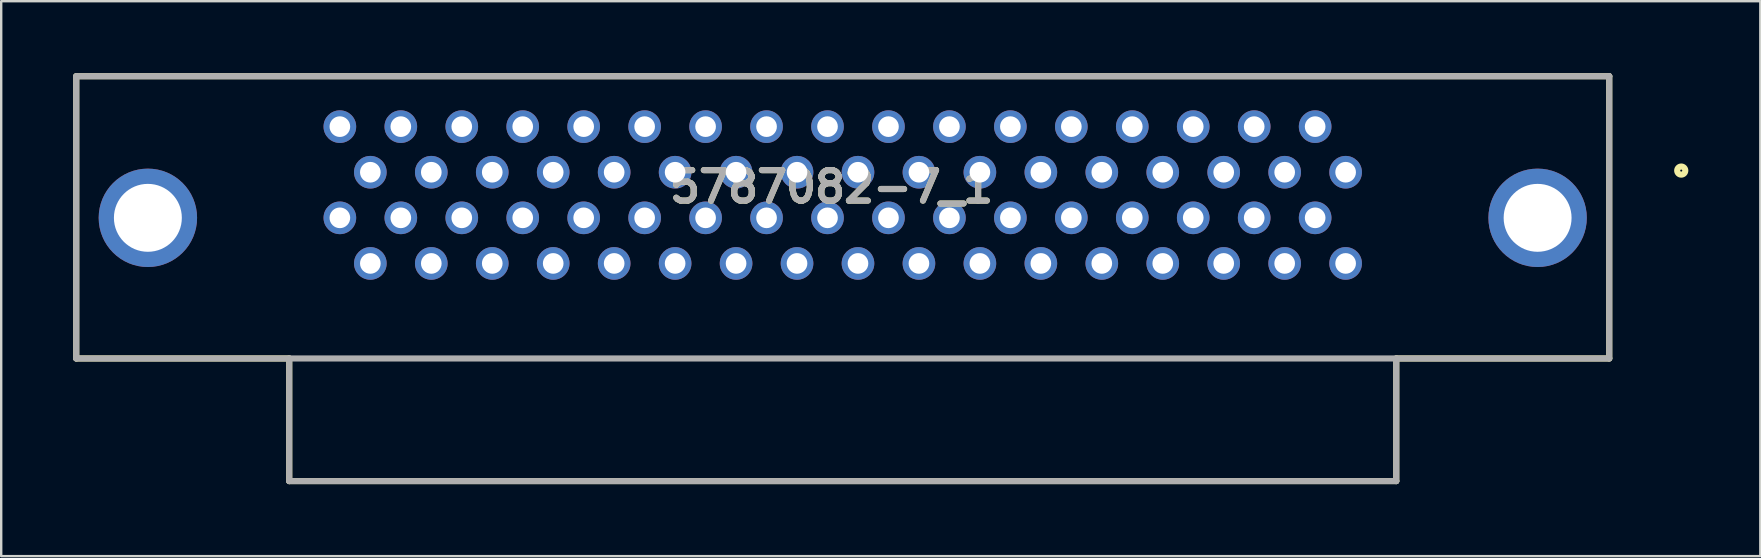
<source format=kicad_pcb>
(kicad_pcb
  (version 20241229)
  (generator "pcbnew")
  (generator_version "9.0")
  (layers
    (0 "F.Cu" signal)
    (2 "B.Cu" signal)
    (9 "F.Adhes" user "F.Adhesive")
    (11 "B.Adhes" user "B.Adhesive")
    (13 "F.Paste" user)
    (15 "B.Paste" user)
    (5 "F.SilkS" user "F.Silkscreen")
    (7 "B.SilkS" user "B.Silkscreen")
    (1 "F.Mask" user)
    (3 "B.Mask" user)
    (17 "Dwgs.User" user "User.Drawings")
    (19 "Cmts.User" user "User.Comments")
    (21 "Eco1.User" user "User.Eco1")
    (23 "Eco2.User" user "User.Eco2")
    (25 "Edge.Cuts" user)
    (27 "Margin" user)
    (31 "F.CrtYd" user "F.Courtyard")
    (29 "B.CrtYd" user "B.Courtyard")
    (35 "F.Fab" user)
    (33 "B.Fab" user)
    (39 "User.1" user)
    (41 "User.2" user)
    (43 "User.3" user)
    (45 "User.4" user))
  (footprint "5787082-7_1"
    (layer "F.Cu")
    (at 32.067 6.027)
    (property "Reference" "5787082-7_1" (at -0.467 -1.292 0) (layer "F.SilkS") (effects (font (size 1.27 1.27) (thickness 0.254))))
    (attr through_hole)
    (fp_line (start -31.94 -5.9) (end -31.94 5.86) (stroke (width 0.254) (type solid)) (layer "F.SilkS"))
    (fp_line (start -31.94 5.86) (end -23.065 5.86) (stroke (width 0.254) (type solid)) (layer "F.SilkS"))
    (fp_line (start -23.065 5.86) (end -23.065 10.97) (stroke (width 0.254) (type solid)) (layer "F.SilkS"))
    (fp_line (start -23.065 10.97) (end 23.065 10.97) (stroke (width 0.254) (type solid)) (layer "F.SilkS"))
    (fp_line (start 23.065 5.86) (end 31.94 5.86) (stroke (width 0.254) (type solid)) (layer "F.SilkS"))
    (fp_line (start 23.065 10.97) (end 23.065 5.86) (stroke (width 0.254) (type solid)) (layer "F.SilkS"))
    (fp_line (start 31.94 -5.9) (end -31.94 -5.9) (stroke (width 0.254) (type solid)) (layer "F.SilkS"))
    (fp_line (start 31.94 5.86) (end 31.94 -5.9) (stroke (width 0.254) (type solid)) (layer "F.SilkS"))
    (fp_circle (center 34.94 -1.969) (end 34.94 -1.8) (stroke (width 0.254) (type solid)) (fill no) (layer "F.SilkS"))
    (fp_line (start -31.94 -5.9) (end 31.94 -5.9) (stroke (width 0.254) (type solid)) (layer "F.Fab"))
    (fp_line (start -31.94 5.86) (end -31.94 -5.9) (stroke (width 0.254) (type solid)) (layer "F.Fab"))
    (fp_line (start -23.065 5.86) (end -23.065 10.97) (stroke (width 0.254) (type solid)) (layer "F.Fab"))
    (fp_line (start -23.065 10.97) (end 23.065 10.97) (stroke (width 0.254) (type solid)) (layer "F.Fab"))
    (fp_line (start 23.065 10.97) (end 23.065 5.86) (stroke (width 0.254) (type solid)) (layer "F.Fab"))
    (fp_line (start 31.94 -5.9) (end 31.94 5.86) (stroke (width 0.254) (type solid)) (layer "F.Fab"))
    (fp_line (start 31.94 5.86) (end -31.94 5.86) (stroke (width 0.254) (type solid)) (layer "F.Fab"))
    (fp_text user "${REFERENCE}" (at -0.467 -1.292 0) (layer "F.Fab") (effects (font (size 1.27 1.27) (thickness 0.254))))
    (pad "1" thru_hole circle (at 20.955 -1.9) (size 1.36 1.36) (drill 0.86) (layers "*.Cu" "*.Mask"))
    (pad "2" thru_hole circle (at 19.685 -3.8) (size 1.36 1.36) (drill 0.86) (layers "*.Cu" "*.Mask"))
    (pad "3" thru_hole circle (at 18.415 -1.9) (size 1.36 1.36) (drill 0.86) (layers "*.Cu" "*.Mask"))
    (pad "4" thru_hole circle (at 17.145 -3.8) (size 1.36 1.36) (drill 0.86) (layers "*.Cu" "*.Mask"))
    (pad "5" thru_hole circle (at 15.875 -1.9) (size 1.36 1.36) (drill 0.86) (layers "*.Cu" "*.Mask"))
    (pad "6" thru_hole circle (at 14.605 -3.8) (size 1.36 1.36) (drill 0.86) (layers "*.Cu" "*.Mask"))
    (pad "7" thru_hole circle (at 13.335 -1.9) (size 1.36 1.36) (drill 0.86) (layers "*.Cu" "*.Mask"))
    (pad "8" thru_hole circle (at 12.065 -3.8) (size 1.36 1.36) (drill 0.86) (layers "*.Cu" "*.Mask"))
    (pad "9" thru_hole circle (at 10.795 -1.9) (size 1.36 1.36) (drill 0.86) (layers "*.Cu" "*.Mask"))
    (pad "10" thru_hole circle (at 9.525 -3.8) (size 1.36 1.36) (drill 0.86) (layers "*.Cu" "*.Mask"))
    (pad "11" thru_hole circle (at 8.255 -1.9) (size 1.36 1.36) (drill 0.86) (layers "*.Cu" "*.Mask"))
    (pad "12" thru_hole circle (at 6.985 -3.8) (size 1.36 1.36) (drill 0.86) (layers "*.Cu" "*.Mask"))
    (pad "13" thru_hole circle (at 5.715 -1.9) (size 1.36 1.36) (drill 0.86) (layers "*.Cu" "*.Mask"))
    (pad "14" thru_hole circle (at 4.445 -3.8) (size 1.36 1.36) (drill 0.86) (layers "*.Cu" "*.Mask"))
    (pad "15" thru_hole circle (at 3.175 -1.9) (size 1.36 1.36) (drill 0.86) (layers "*.Cu" "*.Mask"))
    (pad "16" thru_hole circle (at 1.905 -3.8) (size 1.36 1.36) (drill 0.86) (layers "*.Cu" "*.Mask"))
    (pad "17" thru_hole circle (at 0.635 -1.9) (size 1.36 1.36) (drill 0.86) (layers "*.Cu" "*.Mask"))
    (pad "18" thru_hole circle (at -0.635 -3.8) (size 1.36 1.36) (drill 0.86) (layers "*.Cu" "*.Mask"))
    (pad "19" thru_hole circle (at -1.905 -1.9) (size 1.36 1.36) (drill 0.86) (layers "*.Cu" "*.Mask"))
    (pad "20" thru_hole circle (at -3.175 -3.8) (size 1.36 1.36) (drill 0.86) (layers "*.Cu" "*.Mask"))
    (pad "21" thru_hole circle (at -4.445 -1.9) (size 1.36 1.36) (drill 0.86) (layers "*.Cu" "*.Mask"))
    (pad "22" thru_hole circle (at -5.715 -3.8) (size 1.36 1.36) (drill 0.86) (layers "*.Cu" "*.Mask"))
    (pad "23" thru_hole circle (at -6.985 -1.9) (size 1.36 1.36) (drill 0.86) (layers "*.Cu" "*.Mask"))
    (pad "24" thru_hole circle (at -8.255 -3.8) (size 1.36 1.36) (drill 0.86) (layers "*.Cu" "*.Mask"))
    (pad "25" thru_hole circle (at -9.525 -1.9) (size 1.36 1.36) (drill 0.86) (layers "*.Cu" "*.Mask"))
    (pad "26" thru_hole circle (at -10.795 -3.8) (size 1.36 1.36) (drill 0.86) (layers "*.Cu" "*.Mask"))
    (pad "27" thru_hole circle (at -12.065 -1.9) (size 1.36 1.36) (drill 0.86) (layers "*.Cu" "*.Mask"))
    (pad "28" thru_hole circle (at -13.335 -3.8) (size 1.36 1.36) (drill 0.86) (layers "*.Cu" "*.Mask"))
    (pad "29" thru_hole circle (at -14.605 -1.9) (size 1.36 1.36) (drill 0.86) (layers "*.Cu" "*.Mask"))
    (pad "30" thru_hole circle (at -15.875 -3.8) (size 1.36 1.36) (drill 0.86) (layers "*.Cu" "*.Mask"))
    (pad "31" thru_hole circle (at -17.145 -1.9) (size 1.36 1.36) (drill 0.86) (layers "*.Cu" "*.Mask"))
    (pad "32" thru_hole circle (at -18.415 -3.8) (size 1.36 1.36) (drill 0.86) (layers "*.Cu" "*.Mask"))
    (pad "33" thru_hole circle (at -19.685 -1.9) (size 1.36 1.36) (drill 0.86) (layers "*.Cu" "*.Mask"))
    (pad "34" thru_hole circle (at -20.955 -3.8) (size 1.36 1.36) (drill 0.86) (layers "*.Cu" "*.Mask"))
    (pad "35" thru_hole circle (at 20.955 1.9) (size 1.36 1.36) (drill 0.86) (layers "*.Cu" "*.Mask"))
    (pad "36" thru_hole circle (at 19.685 0) (size 1.36 1.36) (drill 0.86) (layers "*.Cu" "*.Mask"))
    (pad "37" thru_hole circle (at 18.415 1.9) (size 1.36 1.36) (drill 0.86) (layers "*.Cu" "*.Mask"))
    (pad "38" thru_hole circle (at 17.145 0) (size 1.36 1.36) (drill 0.86) (layers "*.Cu" "*.Mask"))
    (pad "39" thru_hole circle (at 15.875 1.9) (size 1.36 1.36) (drill 0.86) (layers "*.Cu" "*.Mask"))
    (pad "40" thru_hole circle (at 14.605 0) (size 1.36 1.36) (drill 0.86) (layers "*.Cu" "*.Mask"))
    (pad "41" thru_hole circle (at 13.335 1.9) (size 1.36 1.36) (drill 0.86) (layers "*.Cu" "*.Mask"))
    (pad "42" thru_hole circle (at 12.065 0) (size 1.36 1.36) (drill 0.86) (layers "*.Cu" "*.Mask"))
    (pad "43" thru_hole circle (at 10.795 1.9) (size 1.36 1.36) (drill 0.86) (layers "*.Cu" "*.Mask"))
    (pad "44" thru_hole circle (at 9.525 0) (size 1.36 1.36) (drill 0.86) (layers "*.Cu" "*.Mask"))
    (pad "45" thru_hole circle (at 8.255 1.9) (size 1.36 1.36) (drill 0.86) (layers "*.Cu" "*.Mask"))
    (pad "46" thru_hole circle (at 6.985 0) (size 1.36 1.36) (drill 0.86) (layers "*.Cu" "*.Mask"))
    (pad "47" thru_hole circle (at 5.715 1.9) (size 1.36 1.36) (drill 0.86) (layers "*.Cu" "*.Mask"))
    (pad "48" thru_hole circle (at 4.445 0) (size 1.36 1.36) (drill 0.86) (layers "*.Cu" "*.Mask"))
    (pad "49" thru_hole circle (at 3.175 1.9) (size 1.36 1.36) (drill 0.86) (layers "*.Cu" "*.Mask"))
    (pad "50" thru_hole circle (at 1.905 0) (size 1.36 1.36) (drill 0.86) (layers "*.Cu" "*.Mask"))
    (pad "51" thru_hole circle (at 0.635 1.9) (size 1.36 1.36) (drill 0.86) (layers "*.Cu" "*.Mask"))
    (pad "52" thru_hole circle (at -0.635 0) (size 1.36 1.36) (drill 0.86) (layers "*.Cu" "*.Mask"))
    (pad "53" thru_hole circle (at -1.905 1.9) (size 1.36 1.36) (drill 0.86) (layers "*.Cu" "*.Mask"))
    (pad "54" thru_hole circle (at -3.175 0) (size 1.36 1.36) (drill 0.86) (layers "*.Cu" "*.Mask"))
    (pad "55" thru_hole circle (at -4.445 1.9) (size 1.36 1.36) (drill 0.86) (layers "*.Cu" "*.Mask"))
    (pad "56" thru_hole circle (at -5.715 0) (size 1.36 1.36) (drill 0.86) (layers "*.Cu" "*.Mask"))
    (pad "57" thru_hole circle (at -6.985 1.9) (size 1.36 1.36) (drill 0.86) (layers "*.Cu" "*.Mask"))
    (pad "58" thru_hole circle (at -8.255 0) (size 1.36 1.36) (drill 0.86) (layers "*.Cu" "*.Mask"))
    (pad "59" thru_hole circle (at -9.525 1.9) (size 1.36 1.36) (drill 0.86) (layers "*.Cu" "*.Mask"))
    (pad "60" thru_hole circle (at -10.795 0) (size 1.36 1.36) (drill 0.86) (layers "*.Cu" "*.Mask"))
    (pad "61" thru_hole circle (at -12.065 1.9) (size 1.36 1.36) (drill 0.86) (layers "*.Cu" "*.Mask"))
    (pad "62" thru_hole circle (at -13.335 0) (size 1.36 1.36) (drill 0.86) (layers "*.Cu" "*.Mask"))
    (pad "63" thru_hole circle (at -14.605 1.9) (size 1.36 1.36) (drill 0.86) (layers "*.Cu" "*.Mask"))
    (pad "64" thru_hole circle (at -15.875 0) (size 1.36 1.36) (drill 0.86) (layers "*.Cu" "*.Mask"))
    (pad "65" thru_hole circle (at -17.145 1.9) (size 1.36 1.36) (drill 0.86) (layers "*.Cu" "*.Mask"))
    (pad "66" thru_hole circle (at -18.415 0) (size 1.36 1.36) (drill 0.86) (layers "*.Cu" "*.Mask"))
    (pad "67" thru_hole circle (at -19.685 1.9) (size 1.36 1.36) (drill 0.86) (layers "*.Cu" "*.Mask"))
    (pad "68" thru_hole circle (at -20.955 0) (size 1.36 1.36) (drill 0.86) (layers "*.Cu" "*.Mask"))
    (pad "69" thru_hole circle (at -28.955 0) (size 4.1 4.1) (drill 2.83) (layers "*.Cu" "*.Mask"))
    (pad "70" thru_hole circle (at 28.955 0) (size 4.1 4.1) (drill 2.83) (layers "*.Cu" "*.Mask")))
  (gr_rect
    (start -3 -3)
    (end 70.303 20.124)
    (stroke (width 0.1) (type default))
    (fill no)
    (layer "Edge.Cuts")))
</source>
